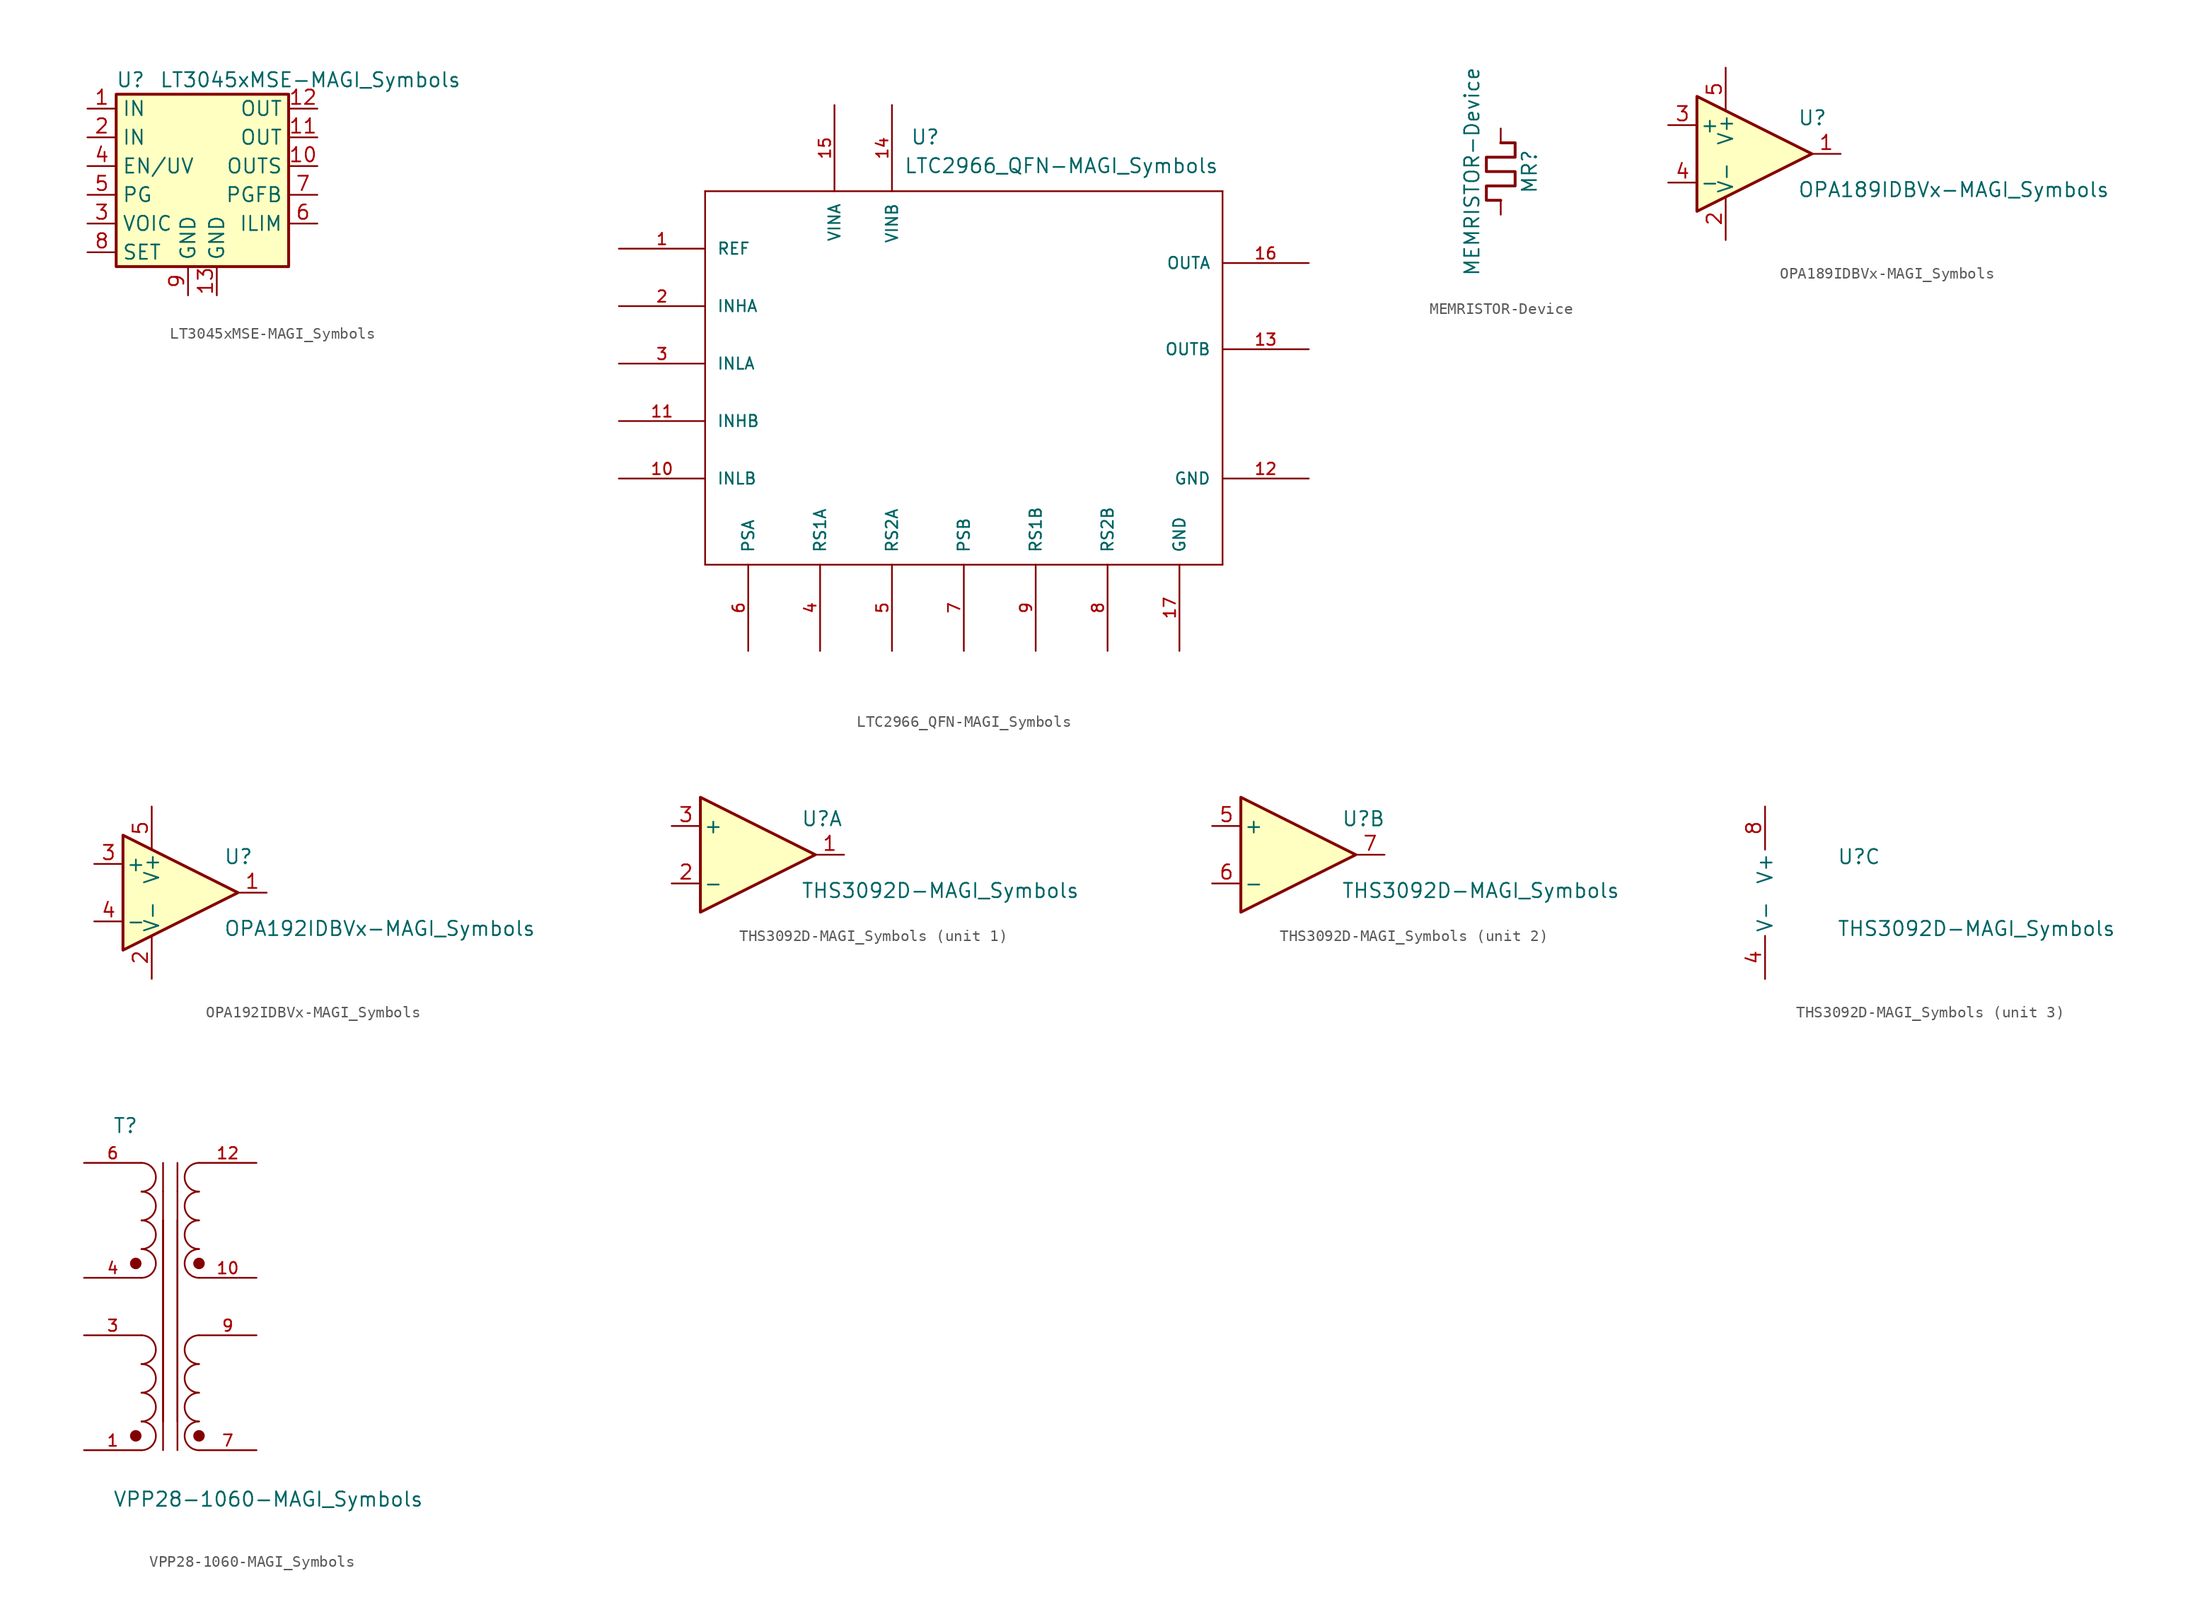
<source format=kicad_sym>
(kicad_symbol_lib
  (version 20211014)
  (generator kicad_symbol_editor)
  (symbol "LT3045xMSE-MAGI_Symbols"
    (property "Reference" "U"
      (at -6.35 6.35 0)
      (effects (font (size 1.27 1.27))))
    (property "Value" "LT3045xMSE-MAGI_Symbols"
      (at -3.81 6.35 0)
      (effects (font (size 1.27 1.27)) (justify left)))
    (symbol "LT3045xMSE-MAGI_Symbols_0_1"
      (rectangle (start -7.62 5.08) (end 7.62 -10.16) (stroke (width 0.254) (type default) (color 0 0 0 0)) (fill (type background))))
    (symbol "LT3045xMSE-MAGI_Symbols_1_1"
      (pin power_in line (at -10.16 3.81 0) (length 2.54) (name "IN" (effects (font (size 1.27 1.27)))) (number "1" (effects (font (size 1.27 1.27)))))
      (pin input line (at 10.16 -1.27 180) (length 2.54) (name "OUTS" (effects (font (size 1.27 1.27)))) (number "10" (effects (font (size 1.27 1.27)))))
      (pin power_out line (at 10.16 1.27 180) (length 2.54) (name "OUT" (effects (font (size 1.27 1.27)))) (number "11" (effects (font (size 1.27 1.27)))))
      (pin power_out line (at 10.16 3.81 180) (length 2.54) (name "OUT" (effects (font (size 1.27 1.27)))) (number "12" (effects (font (size 1.27 1.27)))))
      (pin power_in line (at 1.27 -12.7 90) (length 2.54) (name "GND" (effects (font (size 1.27 1.27)))) (number "13" (effects (font (size 1.27 1.27)))))
      (pin power_in line (at -10.16 1.27 0) (length 2.54) (name "IN" (effects (font (size 1.27 1.27)))) (number "2" (effects (font (size 1.27 1.27)))))
      (pin output line (at -10.16 -6.35 0) (length 2.54) (name "VOIC" (effects (font (size 1.27 1.27)))) (number "3" (effects (font (size 1.27 1.27)))))
      (pin input line (at -10.16 -1.27 0) (length 2.54) (name "EN/UV" (effects (font (size 1.27 1.27)))) (number "4" (effects (font (size 1.27 1.27)))))
      (pin open_collector line (at -10.16 -3.81 0) (length 2.54) (name "PG" (effects (font (size 1.27 1.27)))) (number "5" (effects (font (size 1.27 1.27)))))
      (pin passive line (at 10.16 -6.35 180) (length 2.54) (name "ILIM" (effects (font (size 1.27 1.27)))) (number "6" (effects (font (size 1.27 1.27)))))
      (pin input line (at 10.16 -3.81 180) (length 2.54) (name "PGFB" (effects (font (size 1.27 1.27)))) (number "7" (effects (font (size 1.27 1.27)))))
      (pin passive line (at -10.16 -8.89 0) (length 2.54) (name "SET" (effects (font (size 1.27 1.27)))) (number "8" (effects (font (size 1.27 1.27)))))
      (pin power_in line (at -1.27 -12.7 90) (length 2.54) (name "GND" (effects (font (size 1.27 1.27)))) (number "9" (effects (font (size 1.27 1.27)))))))
  (symbol "LTC2966_QFN-MAGI_Symbols"
    (pin_names
      (offset 1.016))
    (property "Reference" "U"
      (at -3.454 18.009 0)
      (effects (font (size 1.27 1.27)) (justify left bottom)))
    (property "Value" "LTC2966_QFN-MAGI_Symbols"
      (at -4.039 15.469 0)
      (effects (font (size 1.27 1.27)) (justify left bottom)))
    (property "ki_locked" ""
      (at 0 0 0)
      (effects (font (size 1.27 1.27))))
    (symbol "LTC2966_QFN-MAGI_Symbols_0_0"
      (polyline (pts (xy -21.59 -19.05) (xy 24.13 -19.05)) (stroke (width 0.152) (type default) (color 0 0 0 0)) (fill (type none)))
      (polyline (pts (xy -21.59 13.97) (xy -21.59 -19.05)) (stroke (width 0.152) (type default) (color 0 0 0 0)) (fill (type none)))
      (polyline (pts (xy 24.13 -19.05) (xy 24.13 13.97)) (stroke (width 0.152) (type default) (color 0 0 0 0)) (fill (type none)))
      (polyline (pts (xy 24.13 13.97) (xy -21.59 13.97)) (stroke (width 0.152) (type default) (color 0 0 0 0)) (fill (type none)))
      (pin output line (at -29.21 8.89 0) (length 7.62) (name "REF" (effects (font (size 1.016 1.016)))) (number "1" (effects (font (size 1.016 1.016)))))
      (pin input line (at -29.21 -11.43 0) (length 7.62) (name "INLB" (effects (font (size 1.016 1.016)))) (number "10" (effects (font (size 1.016 1.016)))))
      (pin input line (at -29.21 -6.35 0) (length 7.62) (name "INHB" (effects (font (size 1.016 1.016)))) (number "11" (effects (font (size 1.016 1.016)))))
      (pin power_in line (at 31.75 -11.43 180) (length 7.62) (name "GND" (effects (font (size 1.016 1.016)))) (number "12" (effects (font (size 1.016 1.016)))))
      (pin output line (at 31.75 0 180) (length 7.62) (name "OUTB" (effects (font (size 1.016 1.016)))) (number "13" (effects (font (size 1.016 1.016)))))
      (pin input line (at -5.08 21.59 270) (length 7.62) (name "VINB" (effects (font (size 1.016 1.016)))) (number "14" (effects (font (size 1.016 1.016)))))
      (pin input line (at -10.16 21.59 270) (length 7.62) (name "VINA" (effects (font (size 1.016 1.016)))) (number "15" (effects (font (size 1.016 1.016)))))
      (pin output line (at 31.75 7.62 180) (length 7.62) (name "OUTA" (effects (font (size 1.016 1.016)))) (number "16" (effects (font (size 1.016 1.016)))))
      (pin power_in line (at 20.32 -26.67 90) (length 7.62) (name "GND" (effects (font (size 1.016 1.016)))) (number "17" (effects (font (size 1.016 1.016)))))
      (pin input line (at -29.21 3.81 0) (length 7.62) (name "INHA" (effects (font (size 1.016 1.016)))) (number "2" (effects (font (size 1.016 1.016)))))
      (pin input line (at -29.21 -1.27 0) (length 7.62) (name "INLA" (effects (font (size 1.016 1.016)))) (number "3" (effects (font (size 1.016 1.016)))))
      (pin input line (at -11.43 -26.67 90) (length 7.62) (name "RS1A" (effects (font (size 1.016 1.016)))) (number "4" (effects (font (size 1.016 1.016)))))
      (pin input line (at -5.08 -26.67 90) (length 7.62) (name "RS2A" (effects (font (size 1.016 1.016)))) (number "5" (effects (font (size 1.016 1.016)))))
      (pin output line (at -17.78 -26.67 90) (length 7.62) (name "PSA" (effects (font (size 1.016 1.016)))) (number "6" (effects (font (size 1.016 1.016)))))
      (pin output line (at 1.27 -26.67 90) (length 7.62) (name "PSB" (effects (font (size 1.016 1.016)))) (number "7" (effects (font (size 1.016 1.016)))))
      (pin input line (at 13.97 -26.67 90) (length 7.62) (name "RS2B" (effects (font (size 1.016 1.016)))) (number "8" (effects (font (size 1.016 1.016)))))
      (pin input line (at 7.62 -26.67 90) (length 7.62) (name "RS1B" (effects (font (size 1.016 1.016)))) (number "9" (effects (font (size 1.016 1.016)))))))
  (symbol "MEMRISTOR-Device"
    (pin_numbers hide)
    (pin_names
      (offset 0))
    (property "Reference" "MR"
      (at 2.54 0 90)
      (effects (font (size 1.27 1.27))))
    (property "Value" "MEMRISTOR-Device"
      (at -2.54 0 90)
      (effects (font (size 1.27 1.27))))
    (symbol "MEMRISTOR-Device_0_0"
      (polyline (pts (xy 0 2.54) (xy 1.27 2.54) (xy 1.27 1.27) (xy -1.27 1.27) (xy -1.27 0) (xy 1.27 0) (xy 1.27 -1.27) (xy -1.27 -1.27) (xy -1.27 -2.54) (xy 0 -2.54)) (stroke (width 0.254) (type default) (color 0 0 0 0)) (fill (type none))))
    (symbol "MEMRISTOR-Device_1_1"
      (pin passive line (at 0 3.81 270) (length 1.27) (name "~" (effects (font (size 1.27 1.27)))) (number "1" (effects (font (size 1.27 1.27)))))
      (pin passive line (at 0 -3.81 90) (length 1.27) (name "~" (effects (font (size 1.27 1.27)))) (number "2" (effects (font (size 1.27 1.27)))))))
  (symbol "OPA189IDBVx-MAGI_Symbols"
    (pin_names
      (offset 0.254))
    (property "Reference" "U"
      (at 3.81 3.175 0)
      (effects (font (size 1.27 1.27)) (justify left)))
    (property "Value" "OPA189IDBVx-MAGI_Symbols"
      (at 3.81 -3.175 0)
      (effects (font (size 1.27 1.27)) (justify left)))
    (symbol "OPA189IDBVx-MAGI_Symbols_0_1"
      (polyline (pts (xy 5.08 0) (xy -5.08 5.08) (xy -5.08 -5.08) (xy 5.08 0)) (stroke (width 0.254) (type default) (color 0 0 0 0)) (fill (type background))))
    (symbol "OPA189IDBVx-MAGI_Symbols_1_1"
      (pin output line (at 7.62 0 180) (length 2.54) (name "~" (effects (font (size 1.27 1.27)))) (number "1" (effects (font (size 1.27 1.27)))))
      (pin power_in line (at -2.54 -7.62 90) (length 3.81) (name "V-" (effects (font (size 1.27 1.27)))) (number "2" (effects (font (size 1.27 1.27)))))
      (pin input line (at -7.62 2.54 0) (length 2.54) (name "+" (effects (font (size 1.27 1.27)))) (number "3" (effects (font (size 1.27 1.27)))))
      (pin input line (at -7.62 -2.54 0) (length 2.54) (name "-" (effects (font (size 1.27 1.27)))) (number "4" (effects (font (size 1.27 1.27)))))
      (pin power_in line (at -2.54 7.62 270) (length 3.81) (name "V+" (effects (font (size 1.27 1.27)))) (number "5" (effects (font (size 1.27 1.27)))))))
  (symbol "OPA192IDBVx-MAGI_Symbols"
    (pin_names
      (offset 0.254))
    (property "Reference" "U"
      (at 3.81 3.175 0)
      (effects (font (size 1.27 1.27)) (justify left)))
    (property "Value" "OPA192IDBVx-MAGI_Symbols"
      (at 3.81 -3.175 0)
      (effects (font (size 1.27 1.27)) (justify left)))
    (symbol "OPA192IDBVx-MAGI_Symbols_0_1"
      (polyline (pts (xy 5.08 0) (xy -5.08 5.08) (xy -5.08 -5.08) (xy 5.08 0)) (stroke (width 0.254) (type default) (color 0 0 0 0)) (fill (type background))))
    (symbol "OPA192IDBVx-MAGI_Symbols_1_1"
      (pin output line (at 7.62 0 180) (length 2.54) (name "~" (effects (font (size 1.27 1.27)))) (number "1" (effects (font (size 1.27 1.27)))))
      (pin power_in line (at -2.54 -7.62 90) (length 3.81) (name "V-" (effects (font (size 1.27 1.27)))) (number "2" (effects (font (size 1.27 1.27)))))
      (pin input line (at -7.62 2.54 0) (length 2.54) (name "+" (effects (font (size 1.27 1.27)))) (number "3" (effects (font (size 1.27 1.27)))))
      (pin input line (at -7.62 -2.54 0) (length 2.54) (name "-" (effects (font (size 1.27 1.27)))) (number "4" (effects (font (size 1.27 1.27)))))
      (pin power_in line (at -2.54 7.62 270) (length 3.81) (name "V+" (effects (font (size 1.27 1.27)))) (number "5" (effects (font (size 1.27 1.27)))))))
  (symbol "THS3092D-MAGI_Symbols"
    (pin_names
      (offset 0.254))
    (property "Reference" "U"
      (at 3.81 3.175 0)
      (effects (font (size 1.27 1.27)) (justify left)))
    (property "Value" "THS3092D-MAGI_Symbols"
      (at 3.81 -3.175 0)
      (effects (font (size 1.27 1.27)) (justify left)))
    (property "ki_locked" ""
      (at 0 0 0)
      (effects (font (size 1.27 1.27))))
    (symbol "THS3092D-MAGI_Symbols_1_1"
      (polyline (pts (xy 5.08 0) (xy -5.08 5.08) (xy -5.08 -5.08) (xy 5.08 0)) (stroke (width 0.254) (type default) (color 0 0 0 0)) (fill (type background)))
      (pin output line (at 7.62 0 180) (length 2.54) (name "~" (effects (font (size 1.27 1.27)))) (number "1" (effects (font (size 1.27 1.27)))))
      (pin input line (at -7.62 -2.54 0) (length 2.54) (name "-" (effects (font (size 1.27 1.27)))) (number "2" (effects (font (size 1.27 1.27)))))
      (pin input line (at -7.62 2.54 0) (length 2.54) (name "+" (effects (font (size 1.27 1.27)))) (number "3" (effects (font (size 1.27 1.27))))))
    (symbol "THS3092D-MAGI_Symbols_2_1"
      (polyline (pts (xy 5.08 0) (xy -5.08 5.08) (xy -5.08 -5.08) (xy 5.08 0)) (stroke (width 0.254) (type default) (color 0 0 0 0)) (fill (type background)))
      (pin input line (at -7.62 2.54 0) (length 2.54) (name "+" (effects (font (size 1.27 1.27)))) (number "5" (effects (font (size 1.27 1.27)))))
      (pin input line (at -7.62 -2.54 0) (length 2.54) (name "-" (effects (font (size 1.27 1.27)))) (number "6" (effects (font (size 1.27 1.27)))))
      (pin output line (at 7.62 0 180) (length 2.54) (name "~" (effects (font (size 1.27 1.27)))) (number "7" (effects (font (size 1.27 1.27))))))
    (symbol "THS3092D-MAGI_Symbols_3_1"
      (pin power_in line (at -2.54 -7.62 90) (length 3.81) (name "V-" (effects (font (size 1.27 1.27)))) (number "4" (effects (font (size 1.27 1.27)))))
      (pin power_in line (at -2.54 7.62 270) (length 3.81) (name "V+" (effects (font (size 1.27 1.27)))) (number "8" (effects (font (size 1.27 1.27)))))))
  (symbol "VPP28-1060-MAGI_Symbols"
    (pin_names
      (offset 1.016) hide)
    (property "Reference" "T"
      (at -5.08 15.24 0)
      (effects (font (size 1.27 1.27)) (justify left bottom)))
    (property "Value" "VPP28-1060-MAGI_Symbols"
      (at -5.08 -17.78 0)
      (effects (font (size 1.27 1.27)) (justify left bottom)))
    (property "ki_locked" ""
      (at 0 0 0)
      (effects (font (size 1.27 1.27))))
    (symbol "VPP28-1060-MAGI_Symbols_0_0"
      (circle (center -3.048 -11.43) (radius 0.254) (stroke (width 0.508) (type default) (color 0 0 0 0)) (fill (type none)))
      (circle (center -3.048 3.81) (radius 0.254) (stroke (width 0.508) (type default) (color 0 0 0 0)) (fill (type none)))
      (arc (start -2.54 -12.7) (mid -1.27 -11.43) (end -2.54 -10.16) (stroke (width 0.1524) (type default) (color 0 0 0 0)) (fill (type none)))
      (arc (start -2.54 -10.16) (mid -1.27 -8.89) (end -2.54 -7.62) (stroke (width 0.1524) (type default) (color 0 0 0 0)) (fill (type none)))
      (arc (start -2.54 -7.62) (mid -1.27 -6.35) (end -2.54 -5.08) (stroke (width 0.1524) (type default) (color 0 0 0 0)) (fill (type none)))
      (arc (start -2.54 -5.08) (mid -1.27 -3.81) (end -2.54 -2.54) (stroke (width 0.1524) (type default) (color 0 0 0 0)) (fill (type none)))
      (arc (start -2.54 2.54) (mid -1.27 3.81) (end -2.54 5.08) (stroke (width 0.1524) (type default) (color 0 0 0 0)) (fill (type none)))
      (arc (start -2.54 5.08) (mid -1.27 6.35) (end -2.54 7.62) (stroke (width 0.1524) (type default) (color 0 0 0 0)) (fill (type none)))
      (arc (start -2.54 7.62) (mid -1.27 8.89) (end -2.54 10.16) (stroke (width 0.1524) (type default) (color 0 0 0 0)) (fill (type none)))
      (arc (start -2.54 10.16) (mid -1.27 11.43) (end -2.54 12.7) (stroke (width 0.1524) (type default) (color 0 0 0 0)) (fill (type none)))
      (polyline (pts (xy -0.635 7.62) (xy -0.635 -12.7)) (stroke (width 0.152) (type default) (color 0 0 0 0)) (fill (type none)))
      (polyline (pts (xy -0.635 7.62) (xy -0.635 -10.16)) (stroke (width 0.152) (type default) (color 0 0 0 0)) (fill (type none)))
      (polyline (pts (xy -0.635 10.16) (xy -0.635 7.62)) (stroke (width 0.152) (type default) (color 0 0 0 0)) (fill (type none)))
      (polyline (pts (xy -0.635 12.7) (xy -0.635 10.16)) (stroke (width 0.152) (type default) (color 0 0 0 0)) (fill (type none)))
      (polyline (pts (xy 0.635 7.62) (xy 0.635 -12.7)) (stroke (width 0.152) (type default) (color 0 0 0 0)) (fill (type none)))
      (polyline (pts (xy 0.635 7.62) (xy 0.635 -10.16)) (stroke (width 0.152) (type default) (color 0 0 0 0)) (fill (type none)))
      (polyline (pts (xy 0.635 10.16) (xy 0.635 7.62)) (stroke (width 0.152) (type default) (color 0 0 0 0)) (fill (type none)))
      (polyline (pts (xy 0.635 12.7) (xy 0.635 10.16)) (stroke (width 0.152) (type default) (color 0 0 0 0)) (fill (type none)))
      (circle (center 2.54 -11.43) (radius 0.254) (stroke (width 0.508) (type default) (color 0 0 0 0)) (fill (type none)))
      (arc (start 2.54 -10.16) (mid 1.27 -11.43) (end 2.54 -12.7) (stroke (width 0.1524) (type default) (color 0 0 0 0)) (fill (type none)))
      (arc (start 2.54 -7.62) (mid 1.27 -8.89) (end 2.54 -10.16) (stroke (width 0.1524) (type default) (color 0 0 0 0)) (fill (type none)))
      (arc (start 2.54 -5.08) (mid 1.27 -6.35) (end 2.54 -7.62) (stroke (width 0.1524) (type default) (color 0 0 0 0)) (fill (type none)))
      (arc (start 2.54 -2.54) (mid 1.27 -3.81) (end 2.54 -5.08) (stroke (width 0.1524) (type default) (color 0 0 0 0)) (fill (type none)))
      (circle (center 2.54 3.81) (radius 0.254) (stroke (width 0.508) (type default) (color 0 0 0 0)) (fill (type none)))
      (arc (start 2.54 5.08) (mid 1.27 3.81) (end 2.54 2.54) (stroke (width 0.1524) (type default) (color 0 0 0 0)) (fill (type none)))
      (arc (start 2.54 7.62) (mid 1.27 6.35) (end 2.54 5.08) (stroke (width 0.1524) (type default) (color 0 0 0 0)) (fill (type none)))
      (arc (start 2.54 10.16) (mid 1.27 8.89) (end 2.54 7.62) (stroke (width 0.1524) (type default) (color 0 0 0 0)) (fill (type none)))
      (arc (start 2.54 12.7) (mid 1.27 11.43) (end 2.54 10.16) (stroke (width 0.1524) (type default) (color 0 0 0 0)) (fill (type none)))
      (pin passive line (at -7.62 -12.7 0) (length 5.08) (name "~" (effects (font (size 1.016 1.016)))) (number "1" (effects (font (size 1.016 1.016)))))
      (pin passive line (at 7.62 2.54 180) (length 5.08) (name "~" (effects (font (size 1.016 1.016)))) (number "10" (effects (font (size 1.016 1.016)))))
      (pin passive line (at 7.62 12.7 180) (length 5.08) (name "~" (effects (font (size 1.016 1.016)))) (number "12" (effects (font (size 1.016 1.016)))))
      (pin passive line (at -7.62 -2.54 0) (length 5.08) (name "~" (effects (font (size 1.016 1.016)))) (number "3" (effects (font (size 1.016 1.016)))))
      (pin passive line (at -7.62 2.54 0) (length 5.08) (name "~" (effects (font (size 1.016 1.016)))) (number "4" (effects (font (size 1.016 1.016)))))
      (pin passive line (at -7.62 12.7 0) (length 5.08) (name "~" (effects (font (size 1.016 1.016)))) (number "6" (effects (font (size 1.016 1.016)))))
      (pin passive line (at 7.62 -12.7 180) (length 5.08) (name "~" (effects (font (size 1.016 1.016)))) (number "7" (effects (font (size 1.016 1.016)))))
      (pin passive line (at 7.62 -2.54 180) (length 5.08) (name "~" (effects (font (size 1.016 1.016)))) (number "9" (effects (font (size 1.016 1.016))))))))
</source>
